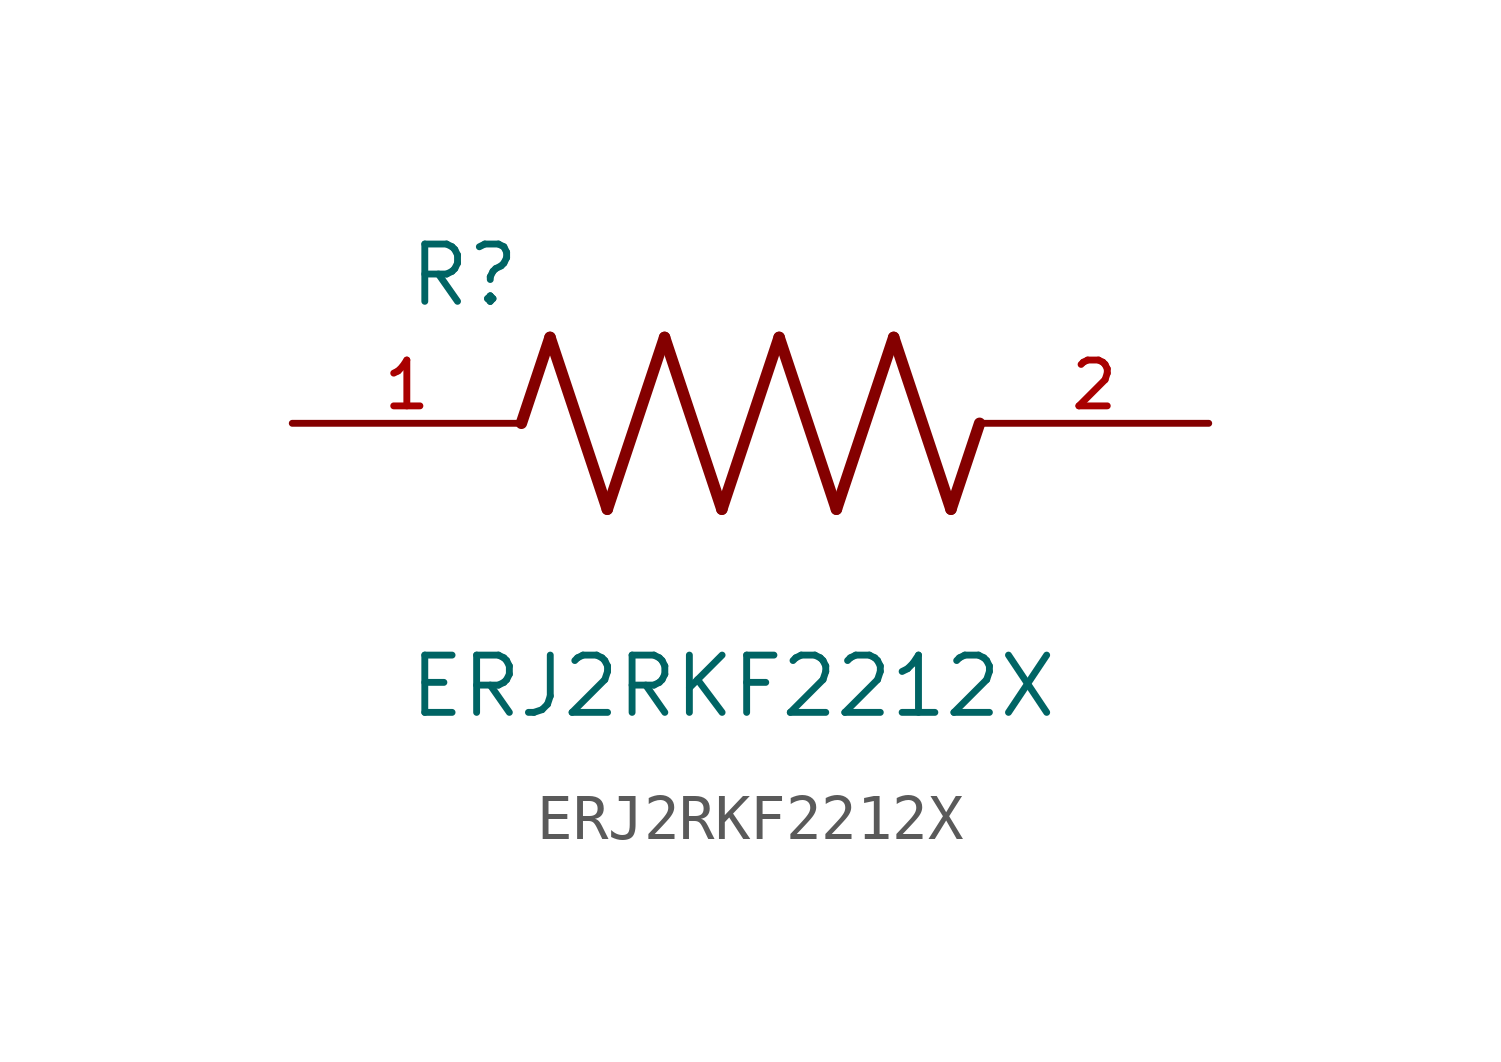
<source format=kicad_sym>
(kicad_symbol_lib
  (version 20211014)
  (generator kicad_symbol_editor)
  (symbol "ERJ2RKF2212X"
    (pin_names
      (offset 1.016))
    (property "Reference" "R"
      (at -7.624 2.541 0)
      (effects (font (size 1.27 1.27)) (justify bottom left)))
    (property "Value" "ERJ2RKF2212X"
      (at -7.624 -5.087 0)
      (effects (font (size 1.27 1.27)) (justify top left)))
    (symbol "ERJ2RKF2212X_0_0"
      (polyline (pts (xy -5.08 0.0) (xy -4.445 1.905)) (stroke (width 0.254)))
      (polyline (pts (xy -4.445 1.905) (xy -3.175 -1.905)) (stroke (width 0.254)))
      (polyline (pts (xy -3.175 -1.905) (xy -1.905 1.905)) (stroke (width 0.254)))
      (polyline (pts (xy -1.905 1.905) (xy -0.635 -1.905)) (stroke (width 0.254)))
      (polyline (pts (xy -0.635 -1.905) (xy 0.635 1.905)) (stroke (width 0.254)))
      (polyline (pts (xy 0.635 1.905) (xy 1.905 -1.905)) (stroke (width 0.254)))
      (polyline (pts (xy 1.905 -1.905) (xy 3.175 1.905)) (stroke (width 0.254)))
      (polyline (pts (xy 3.175 1.905) (xy 4.445 -1.905)) (stroke (width 0.254)))
      (polyline (pts (xy 4.445 -1.905) (xy 5.08 0.0)) (stroke (width 0.254)))
      (pin passive line (at -10.16 0.0 0) (length 5.08) (name "~" (effects (font (size 1.016 1.016)))) (number "1" (effects (font (size 1.016 1.016)))))
      (pin passive line (at 10.16 0.0 180.0) (length 5.08) (name "~" (effects (font (size 1.016 1.016)))) (number "2" (effects (font (size 1.016 1.016))))))))
</source>
